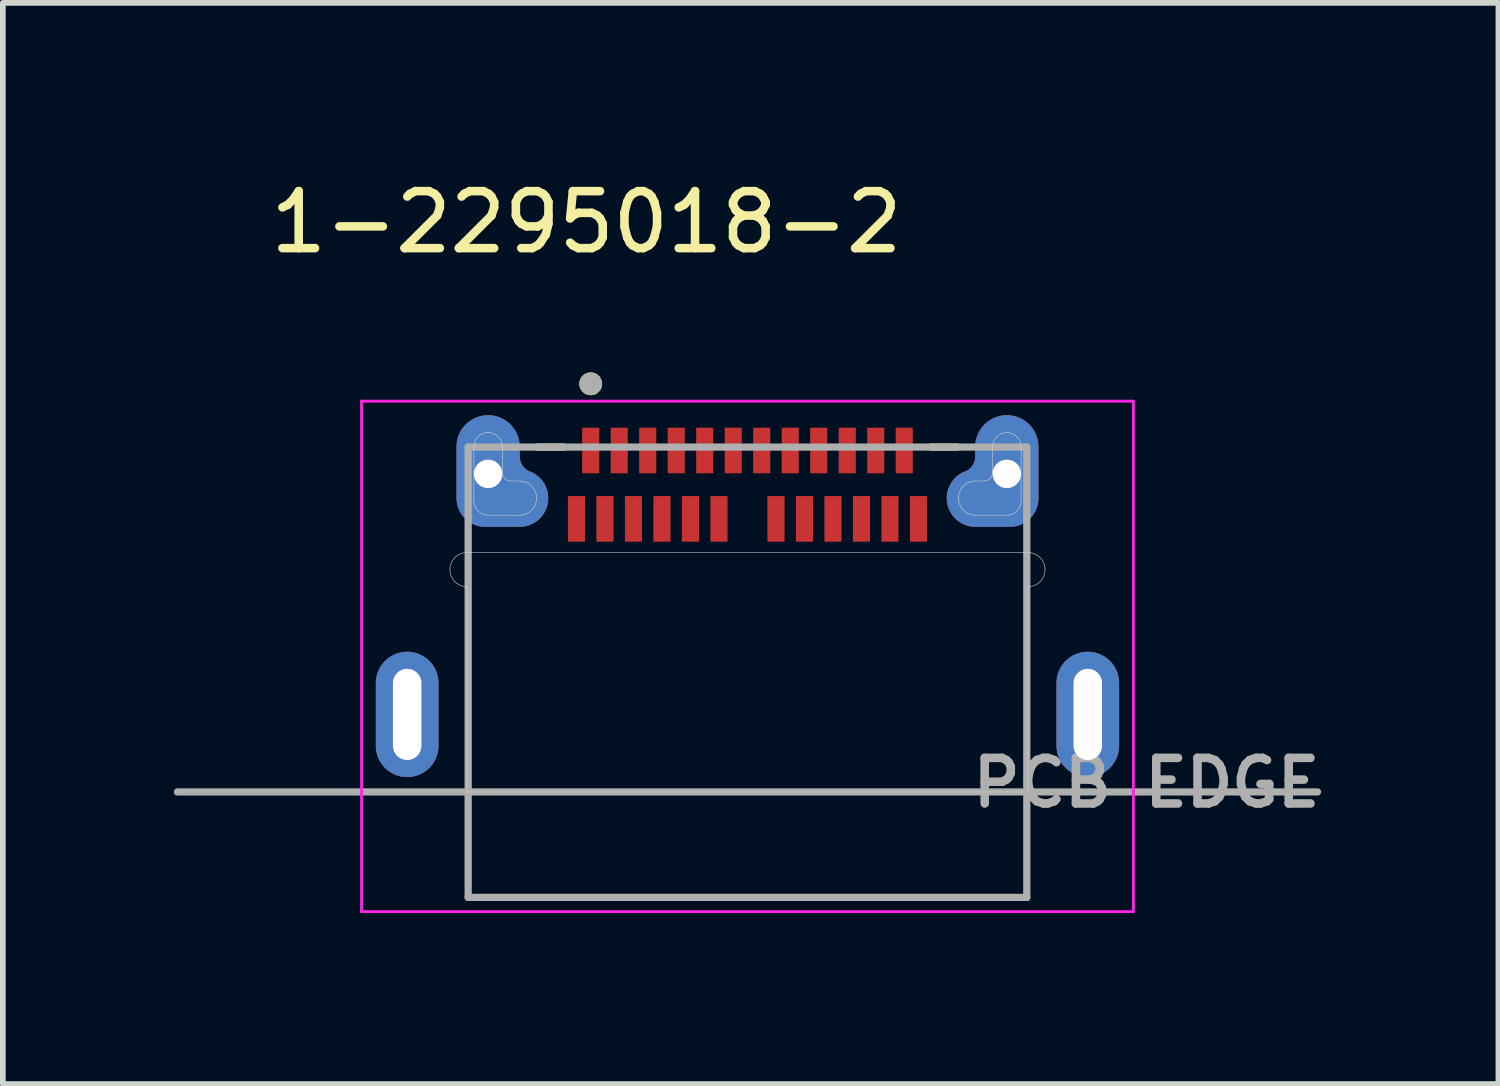
<source format=kicad_pcb>
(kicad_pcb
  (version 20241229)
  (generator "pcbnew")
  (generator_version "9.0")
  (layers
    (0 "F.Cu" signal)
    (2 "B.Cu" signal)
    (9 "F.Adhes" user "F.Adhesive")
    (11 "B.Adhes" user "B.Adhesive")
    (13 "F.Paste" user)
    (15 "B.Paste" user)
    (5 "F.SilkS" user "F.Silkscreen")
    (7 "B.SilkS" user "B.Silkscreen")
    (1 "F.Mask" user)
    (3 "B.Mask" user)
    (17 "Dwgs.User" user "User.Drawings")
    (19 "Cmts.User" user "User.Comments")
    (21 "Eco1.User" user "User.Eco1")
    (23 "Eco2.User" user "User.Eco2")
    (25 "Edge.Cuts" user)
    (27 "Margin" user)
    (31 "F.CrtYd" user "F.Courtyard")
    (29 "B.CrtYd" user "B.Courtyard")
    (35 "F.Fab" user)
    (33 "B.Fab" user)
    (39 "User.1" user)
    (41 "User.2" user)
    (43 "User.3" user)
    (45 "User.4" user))
  (footprint "1-2295018-2"
    (layer "F.Cu")
    (at 10.063 9.483)
    (property "Reference" "1-2295018-2" (at -2.825 -8.635 0) (layer "F.SilkS") (effects (font (size 1 1) (thickness 0.15))))
    (attr smd)
    (fp_poly (pts (xy -3.9 -4.57) (xy -3.9 -4.695) (xy -3.901 -4.729) (xy -3.904 -4.763) (xy -3.908 -4.797) (xy -3.914 -4.83) (xy -3.922 -4.863) (xy -3.932 -4.896) (xy -3.943 -4.928) (xy -3.956 -4.959) (xy -3.971 -4.99) (xy -3.987 -5.02) (xy -4.005 -5.049) (xy -4.024 -5.077) (xy -4.045 -5.104) (xy -4.067 -5.13) (xy -4.09 -5.155) (xy -4.115 -5.178) (xy -4.141 -5.2) (xy -4.168 -5.221) (xy -4.196 -5.24) (xy -4.225 -5.258) (xy -4.255 -5.274) (xy -4.286 -5.289) (xy -4.317 -5.302) (xy -4.349 -5.313) (xy -4.382 -5.323) (xy -4.415 -5.331) (xy -4.448 -5.337) (xy -4.482 -5.341) (xy -4.516 -5.344) (xy -4.55 -5.345) (xy -4.584 -5.344) (xy -4.618 -5.341) (xy -4.652 -5.337) (xy -4.685 -5.331) (xy -4.718 -5.323) (xy -4.751 -5.313) (xy -4.783 -5.302) (xy -4.814 -5.289) (xy -4.845 -5.274) (xy -4.875 -5.258) (xy -4.904 -5.24) (xy -4.932 -5.221) (xy -4.959 -5.2) (xy -4.985 -5.178) (xy -5.01 -5.155) (xy -5.033 -5.13) (xy -5.055 -5.104) (xy -5.076 -5.077) (xy -5.095 -5.049) (xy -5.113 -5.02) (xy -5.129 -4.99) (xy -5.144 -4.959) (xy -5.157 -4.928) (xy -5.168 -4.896) (xy -5.178 -4.863) (xy -5.186 -4.83) (xy -5.192 -4.797) (xy -5.196 -4.763) (xy -5.199 -4.729) (xy -5.2 -4.695) (xy -5.2 -3.795) (xy -5.199 -3.764) (xy -5.197 -3.732) (xy -5.193 -3.701) (xy -5.187 -3.67) (xy -5.18 -3.64) (xy -5.171 -3.61) (xy -5.16 -3.58) (xy -5.148 -3.551) (xy -5.135 -3.523) (xy -5.12 -3.495) (xy -5.103 -3.468) (xy -5.085 -3.442) (xy -5.066 -3.417) (xy -5.046 -3.394) (xy -5.024 -3.371) (xy -5.001 -3.349) (xy -4.978 -3.329) (xy -4.953 -3.31) (xy -4.927 -3.292) (xy -4.9 -3.275) (xy -4.872 -3.26) (xy -4.844 -3.247) (xy -4.815 -3.235) (xy -4.785 -3.224) (xy -4.755 -3.215) (xy -4.725 -3.208) (xy -4.694 -3.202) (xy -4.663 -3.198) (xy -4.631 -3.196) (xy -4.6 -3.195) (xy -4 -3.195) (xy -3.969 -3.196) (xy -3.937 -3.198) (xy -3.906 -3.202) (xy -3.875 -3.208) (xy -3.845 -3.215) (xy -3.815 -3.224) (xy -3.785 -3.235) (xy -3.756 -3.247) (xy -3.728 -3.26) (xy -3.7 -3.275) (xy -3.673 -3.292) (xy -3.647 -3.31) (xy -3.622 -3.329) (xy -3.599 -3.349) (xy -3.576 -3.371) (xy -3.554 -3.394) (xy -3.534 -3.417) (xy -3.515 -3.442) (xy -3.497 -3.468) (xy -3.48 -3.495) (xy -3.465 -3.523) (xy -3.452 -3.551) (xy -3.44 -3.58) (xy -3.429 -3.61) (xy -3.42 -3.64) (xy -3.413 -3.67) (xy -3.407 -3.701) (xy -3.403 -3.732) (xy -3.401 -3.764) (xy -3.4 -3.795) (xy -3.4 -3.819) (xy -3.401 -3.844) (xy -3.403 -3.869) (xy -3.407 -3.894) (xy -3.411 -3.919) (xy -3.416 -3.943) (xy -3.423 -3.968) (xy -3.43 -3.992) (xy -3.438 -4.015) (xy -3.448 -4.039) (xy -3.458 -4.062) (xy -3.469 -4.084) (xy -3.481 -4.106) (xy -3.494 -4.128) (xy -3.508 -4.148) (xy -3.523 -4.169) (xy -3.539 -4.188) (xy -3.555 -4.207) (xy -3.573 -4.226) (xy -3.591 -4.243) (xy -3.61 -4.26) (xy -3.629 -4.276) (xy -3.649 -4.291) (xy -3.67 -4.305) (xy -3.691 -4.319) (xy -3.713 -4.331) (xy -3.735 -4.343) (xy -3.758 -4.353) (xy -3.781 -4.363) (xy -3.8 -4.37) (xy -3.805 -4.373) (xy -3.812 -4.377) (xy -3.819 -4.382) (xy -3.825 -4.387) (xy -3.831 -4.392) (xy -3.837 -4.397) (xy -3.843 -4.402) (xy -3.848 -4.408) (xy -3.853 -4.414) (xy -3.859 -4.42) (xy -3.863 -4.426) (xy -3.868 -4.433) (xy -3.872 -4.44) (xy -3.876 -4.446) (xy -3.88 -4.453) (xy -3.883 -4.461) (xy -3.886 -4.468) (xy -3.889 -4.475) (xy -3.892 -4.483) (xy -3.894 -4.49) (xy -3.896 -4.498) (xy -3.898 -4.506) (xy -3.899 -4.513) (xy -3.9 -4.521) (xy -3.901 -4.529) (xy -3.902 -4.537) (xy -3.902 -4.545) (xy -3.901 -4.553) (xy -3.901 -4.561) (xy -3.9 -4.57)) (stroke (width 0.01) (type solid)) (fill yes) (layer "F.Mask"))
    (fp_poly (pts (xy 3.9 -4.57) (xy 3.9 -4.695) (xy 3.901 -4.729) (xy 3.904 -4.763) (xy 3.908 -4.797) (xy 3.914 -4.83) (xy 3.922 -4.863) (xy 3.932 -4.896) (xy 3.943 -4.928) (xy 3.956 -4.959) (xy 3.971 -4.99) (xy 3.987 -5.02) (xy 4.005 -5.049) (xy 4.024 -5.077) (xy 4.045 -5.104) (xy 4.067 -5.13) (xy 4.09 -5.155) (xy 4.115 -5.178) (xy 4.141 -5.2) (xy 4.168 -5.221) (xy 4.196 -5.24) (xy 4.225 -5.258) (xy 4.255 -5.274) (xy 4.286 -5.289) (xy 4.317 -5.302) (xy 4.349 -5.313) (xy 4.382 -5.323) (xy 4.415 -5.331) (xy 4.448 -5.337) (xy 4.482 -5.341) (xy 4.516 -5.344) (xy 4.55 -5.345) (xy 4.584 -5.344) (xy 4.618 -5.341) (xy 4.652 -5.337) (xy 4.685 -5.331) (xy 4.718 -5.323) (xy 4.751 -5.313) (xy 4.783 -5.302) (xy 4.814 -5.289) (xy 4.845 -5.274) (xy 4.875 -5.258) (xy 4.904 -5.24) (xy 4.932 -5.221) (xy 4.959 -5.2) (xy 4.985 -5.178) (xy 5.01 -5.155) (xy 5.033 -5.13) (xy 5.055 -5.104) (xy 5.076 -5.077) (xy 5.095 -5.049) (xy 5.113 -5.02) (xy 5.129 -4.99) (xy 5.144 -4.959) (xy 5.157 -4.928) (xy 5.168 -4.896) (xy 5.178 -4.863) (xy 5.186 -4.83) (xy 5.192 -4.797) (xy 5.196 -4.763) (xy 5.199 -4.729) (xy 5.2 -4.695) (xy 5.2 -3.795) (xy 5.199 -3.764) (xy 5.197 -3.732) (xy 5.193 -3.701) (xy 5.187 -3.67) (xy 5.18 -3.64) (xy 5.171 -3.61) (xy 5.16 -3.58) (xy 5.148 -3.551) (xy 5.135 -3.523) (xy 5.12 -3.495) (xy 5.103 -3.468) (xy 5.085 -3.442) (xy 5.066 -3.417) (xy 5.046 -3.394) (xy 5.024 -3.371) (xy 5.001 -3.349) (xy 4.978 -3.329) (xy 4.953 -3.31) (xy 4.927 -3.292) (xy 4.9 -3.275) (xy 4.872 -3.26) (xy 4.844 -3.247) (xy 4.815 -3.235) (xy 4.785 -3.224) (xy 4.755 -3.215) (xy 4.725 -3.208) (xy 4.694 -3.202) (xy 4.663 -3.198) (xy 4.631 -3.196) (xy 4.6 -3.195) (xy 4 -3.195) (xy 3.969 -3.196) (xy 3.937 -3.198) (xy 3.906 -3.202) (xy 3.875 -3.208) (xy 3.845 -3.215) (xy 3.815 -3.224) (xy 3.785 -3.235) (xy 3.756 -3.247) (xy 3.728 -3.26) (xy 3.7 -3.275) (xy 3.673 -3.292) (xy 3.647 -3.31) (xy 3.622 -3.329) (xy 3.599 -3.349) (xy 3.576 -3.371) (xy 3.554 -3.394) (xy 3.534 -3.417) (xy 3.515 -3.442) (xy 3.497 -3.468) (xy 3.48 -3.495) (xy 3.465 -3.523) (xy 3.452 -3.551) (xy 3.44 -3.58) (xy 3.429 -3.61) (xy 3.42 -3.64) (xy 3.413 -3.67) (xy 3.407 -3.701) (xy 3.403 -3.732) (xy 3.401 -3.764) (xy 3.4 -3.795) (xy 3.4 -3.819) (xy 3.401 -3.844) (xy 3.403 -3.869) (xy 3.407 -3.894) (xy 3.411 -3.919) (xy 3.416 -3.943) (xy 3.423 -3.968) (xy 3.43 -3.992) (xy 3.438 -4.015) (xy 3.448 -4.039) (xy 3.458 -4.062) (xy 3.469 -4.084) (xy 3.481 -4.106) (xy 3.494 -4.128) (xy 3.508 -4.148) (xy 3.523 -4.169) (xy 3.539 -4.188) (xy 3.555 -4.207) (xy 3.573 -4.226) (xy 3.591 -4.243) (xy 3.61 -4.26) (xy 3.629 -4.276) (xy 3.649 -4.291) (xy 3.67 -4.305) (xy 3.691 -4.319) (xy 3.713 -4.331) (xy 3.735 -4.343) (xy 3.758 -4.353) (xy 3.781 -4.363) (xy 3.8 -4.37) (xy 3.805 -4.373) (xy 3.812 -4.377) (xy 3.819 -4.382) (xy 3.825 -4.387) (xy 3.831 -4.392) (xy 3.837 -4.397) (xy 3.843 -4.402) (xy 3.848 -4.408) (xy 3.853 -4.414) (xy 3.859 -4.42) (xy 3.863 -4.426) (xy 3.868 -4.433) (xy 3.872 -4.44) (xy 3.876 -4.446) (xy 3.88 -4.453) (xy 3.883 -4.461) (xy 3.886 -4.468) (xy 3.889 -4.475) (xy 3.892 -4.483) (xy 3.894 -4.49) (xy 3.896 -4.498) (xy 3.898 -4.506) (xy 3.899 -4.513) (xy 3.9 -4.521) (xy 3.901 -4.529) (xy 3.902 -4.537) (xy 3.902 -4.545) (xy 3.901 -4.553) (xy 3.901 -4.561) (xy 3.9 -4.57)) (stroke (width 0.01) (type solid)) (fill yes) (layer "F.Mask"))
    (fp_poly (pts (xy -3.9 -4.57) (xy -3.9 -4.695) (xy -3.901 -4.729) (xy -3.904 -4.763) (xy -3.908 -4.797) (xy -3.914 -4.83) (xy -3.922 -4.863) (xy -3.932 -4.896) (xy -3.943 -4.928) (xy -3.956 -4.959) (xy -3.971 -4.99) (xy -3.987 -5.02) (xy -4.005 -5.049) (xy -4.024 -5.077) (xy -4.045 -5.104) (xy -4.067 -5.13) (xy -4.09 -5.155) (xy -4.115 -5.178) (xy -4.141 -5.2) (xy -4.168 -5.221) (xy -4.196 -5.24) (xy -4.225 -5.258) (xy -4.255 -5.274) (xy -4.286 -5.289) (xy -4.317 -5.302) (xy -4.349 -5.313) (xy -4.382 -5.323) (xy -4.415 -5.331) (xy -4.448 -5.337) (xy -4.482 -5.341) (xy -4.516 -5.344) (xy -4.55 -5.345) (xy -4.584 -5.344) (xy -4.618 -5.341) (xy -4.652 -5.337) (xy -4.685 -5.331) (xy -4.718 -5.323) (xy -4.751 -5.313) (xy -4.783 -5.302) (xy -4.814 -5.289) (xy -4.845 -5.274) (xy -4.875 -5.258) (xy -4.904 -5.24) (xy -4.932 -5.221) (xy -4.959 -5.2) (xy -4.985 -5.178) (xy -5.01 -5.155) (xy -5.033 -5.13) (xy -5.055 -5.104) (xy -5.076 -5.077) (xy -5.095 -5.049) (xy -5.113 -5.02) (xy -5.129 -4.99) (xy -5.144 -4.959) (xy -5.157 -4.928) (xy -5.168 -4.896) (xy -5.178 -4.863) (xy -5.186 -4.83) (xy -5.192 -4.797) (xy -5.196 -4.763) (xy -5.199 -4.729) (xy -5.2 -4.695) (xy -5.2 -3.795) (xy -5.199 -3.764) (xy -5.197 -3.732) (xy -5.193 -3.701) (xy -5.187 -3.67) (xy -5.18 -3.64) (xy -5.171 -3.61) (xy -5.16 -3.58) (xy -5.148 -3.551) (xy -5.135 -3.523) (xy -5.12 -3.495) (xy -5.103 -3.468) (xy -5.085 -3.442) (xy -5.066 -3.417) (xy -5.046 -3.394) (xy -5.024 -3.371) (xy -5.001 -3.349) (xy -4.978 -3.329) (xy -4.953 -3.31) (xy -4.927 -3.292) (xy -4.9 -3.275) (xy -4.872 -3.26) (xy -4.844 -3.247) (xy -4.815 -3.235) (xy -4.785 -3.224) (xy -4.755 -3.215) (xy -4.725 -3.208) (xy -4.694 -3.202) (xy -4.663 -3.198) (xy -4.631 -3.196) (xy -4.6 -3.195) (xy -4 -3.195) (xy -3.969 -3.196) (xy -3.937 -3.198) (xy -3.906 -3.202) (xy -3.875 -3.208) (xy -3.845 -3.215) (xy -3.815 -3.224) (xy -3.785 -3.235) (xy -3.756 -3.247) (xy -3.728 -3.26) (xy -3.7 -3.275) (xy -3.673 -3.292) (xy -3.647 -3.31) (xy -3.622 -3.329) (xy -3.599 -3.349) (xy -3.576 -3.371) (xy -3.554 -3.394) (xy -3.534 -3.417) (xy -3.515 -3.442) (xy -3.497 -3.468) (xy -3.48 -3.495) (xy -3.465 -3.523) (xy -3.452 -3.551) (xy -3.44 -3.58) (xy -3.429 -3.61) (xy -3.42 -3.64) (xy -3.413 -3.67) (xy -3.407 -3.701) (xy -3.403 -3.732) (xy -3.401 -3.764) (xy -3.4 -3.795) (xy -3.4 -3.819) (xy -3.401 -3.844) (xy -3.403 -3.869) (xy -3.407 -3.894) (xy -3.411 -3.919) (xy -3.416 -3.943) (xy -3.423 -3.968) (xy -3.43 -3.992) (xy -3.438 -4.015) (xy -3.448 -4.039) (xy -3.458 -4.062) (xy -3.469 -4.084) (xy -3.481 -4.106) (xy -3.494 -4.128) (xy -3.508 -4.148) (xy -3.523 -4.169) (xy -3.539 -4.188) (xy -3.555 -4.207) (xy -3.573 -4.226) (xy -3.591 -4.243) (xy -3.61 -4.26) (xy -3.629 -4.276) (xy -3.649 -4.291) (xy -3.67 -4.305) (xy -3.691 -4.319) (xy -3.713 -4.331) (xy -3.735 -4.343) (xy -3.758 -4.353) (xy -3.781 -4.363) (xy -3.8 -4.37) (xy -3.805 -4.373) (xy -3.812 -4.377) (xy -3.819 -4.382) (xy -3.825 -4.387) (xy -3.831 -4.392) (xy -3.837 -4.397) (xy -3.843 -4.402) (xy -3.848 -4.408) (xy -3.853 -4.414) (xy -3.859 -4.42) (xy -3.863 -4.426) (xy -3.868 -4.433) (xy -3.872 -4.44) (xy -3.876 -4.446) (xy -3.88 -4.453) (xy -3.883 -4.461) (xy -3.886 -4.468) (xy -3.889 -4.475) (xy -3.892 -4.483) (xy -3.894 -4.49) (xy -3.896 -4.498) (xy -3.898 -4.506) (xy -3.899 -4.513) (xy -3.9 -4.521) (xy -3.901 -4.529) (xy -3.902 -4.537) (xy -3.902 -4.545) (xy -3.901 -4.553) (xy -3.901 -4.561) (xy -3.9 -4.57)) (stroke (width 0.01) (type solid)) (fill yes) (layer "B.Mask"))
    (fp_poly (pts (xy 3.9 -4.57) (xy 3.9 -4.695) (xy 3.901 -4.729) (xy 3.904 -4.763) (xy 3.908 -4.797) (xy 3.914 -4.83) (xy 3.922 -4.863) (xy 3.932 -4.896) (xy 3.943 -4.928) (xy 3.956 -4.959) (xy 3.971 -4.99) (xy 3.987 -5.02) (xy 4.005 -5.049) (xy 4.024 -5.077) (xy 4.045 -5.104) (xy 4.067 -5.13) (xy 4.09 -5.155) (xy 4.115 -5.178) (xy 4.141 -5.2) (xy 4.168 -5.221) (xy 4.196 -5.24) (xy 4.225 -5.258) (xy 4.255 -5.274) (xy 4.286 -5.289) (xy 4.317 -5.302) (xy 4.349 -5.313) (xy 4.382 -5.323) (xy 4.415 -5.331) (xy 4.448 -5.337) (xy 4.482 -5.341) (xy 4.516 -5.344) (xy 4.55 -5.345) (xy 4.584 -5.344) (xy 4.618 -5.341) (xy 4.652 -5.337) (xy 4.685 -5.331) (xy 4.718 -5.323) (xy 4.751 -5.313) (xy 4.783 -5.302) (xy 4.814 -5.289) (xy 4.845 -5.274) (xy 4.875 -5.258) (xy 4.904 -5.24) (xy 4.932 -5.221) (xy 4.959 -5.2) (xy 4.985 -5.178) (xy 5.01 -5.155) (xy 5.033 -5.13) (xy 5.055 -5.104) (xy 5.076 -5.077) (xy 5.095 -5.049) (xy 5.113 -5.02) (xy 5.129 -4.99) (xy 5.144 -4.959) (xy 5.157 -4.928) (xy 5.168 -4.896) (xy 5.178 -4.863) (xy 5.186 -4.83) (xy 5.192 -4.797) (xy 5.196 -4.763) (xy 5.199 -4.729) (xy 5.2 -4.695) (xy 5.2 -3.795) (xy 5.199 -3.764) (xy 5.197 -3.732) (xy 5.193 -3.701) (xy 5.187 -3.67) (xy 5.18 -3.64) (xy 5.171 -3.61) (xy 5.16 -3.58) (xy 5.148 -3.551) (xy 5.135 -3.523) (xy 5.12 -3.495) (xy 5.103 -3.468) (xy 5.085 -3.442) (xy 5.066 -3.417) (xy 5.046 -3.394) (xy 5.024 -3.371) (xy 5.001 -3.349) (xy 4.978 -3.329) (xy 4.953 -3.31) (xy 4.927 -3.292) (xy 4.9 -3.275) (xy 4.872 -3.26) (xy 4.844 -3.247) (xy 4.815 -3.235) (xy 4.785 -3.224) (xy 4.755 -3.215) (xy 4.725 -3.208) (xy 4.694 -3.202) (xy 4.663 -3.198) (xy 4.631 -3.196) (xy 4.6 -3.195) (xy 4 -3.195) (xy 3.969 -3.196) (xy 3.937 -3.198) (xy 3.906 -3.202) (xy 3.875 -3.208) (xy 3.845 -3.215) (xy 3.815 -3.224) (xy 3.785 -3.235) (xy 3.756 -3.247) (xy 3.728 -3.26) (xy 3.7 -3.275) (xy 3.673 -3.292) (xy 3.647 -3.31) (xy 3.622 -3.329) (xy 3.599 -3.349) (xy 3.576 -3.371) (xy 3.554 -3.394) (xy 3.534 -3.417) (xy 3.515 -3.442) (xy 3.497 -3.468) (xy 3.48 -3.495) (xy 3.465 -3.523) (xy 3.452 -3.551) (xy 3.44 -3.58) (xy 3.429 -3.61) (xy 3.42 -3.64) (xy 3.413 -3.67) (xy 3.407 -3.701) (xy 3.403 -3.732) (xy 3.401 -3.764) (xy 3.4 -3.795) (xy 3.4 -3.819) (xy 3.401 -3.844) (xy 3.403 -3.869) (xy 3.407 -3.894) (xy 3.411 -3.919) (xy 3.416 -3.943) (xy 3.423 -3.968) (xy 3.43 -3.992) (xy 3.438 -4.015) (xy 3.448 -4.039) (xy 3.458 -4.062) (xy 3.469 -4.084) (xy 3.481 -4.106) (xy 3.494 -4.128) (xy 3.508 -4.148) (xy 3.523 -4.169) (xy 3.539 -4.188) (xy 3.555 -4.207) (xy 3.573 -4.226) (xy 3.591 -4.243) (xy 3.61 -4.26) (xy 3.629 -4.276) (xy 3.649 -4.291) (xy 3.67 -4.305) (xy 3.691 -4.319) (xy 3.713 -4.331) (xy 3.735 -4.343) (xy 3.758 -4.353) (xy 3.781 -4.363) (xy 3.8 -4.37) (xy 3.805 -4.373) (xy 3.812 -4.377) (xy 3.819 -4.382) (xy 3.825 -4.387) (xy 3.831 -4.392) (xy 3.837 -4.397) (xy 3.843 -4.402) (xy 3.848 -4.408) (xy 3.853 -4.414) (xy 3.859 -4.42) (xy 3.863 -4.426) (xy 3.868 -4.433) (xy 3.872 -4.44) (xy 3.876 -4.446) (xy 3.88 -4.453) (xy 3.883 -4.461) (xy 3.886 -4.468) (xy 3.889 -4.475) (xy 3.892 -4.483) (xy 3.894 -4.49) (xy 3.896 -4.498) (xy 3.898 -4.506) (xy 3.899 -4.513) (xy 3.9 -4.521) (xy 3.901 -4.529) (xy 3.902 -4.537) (xy 3.902 -4.545) (xy 3.901 -4.553) (xy 3.901 -4.561) (xy 3.9 -4.57)) (stroke (width 0.01) (type solid)) (fill yes) (layer "B.Mask"))
    (fp_line (start -3.68 -4.69) (end -3.22 -4.69) (stroke (width 0.127) (type solid)) (layer "F.SilkS"))
    (fp_line (start 3.22 -4.69) (end 3.68 -4.69) (stroke (width 0.127) (type solid)) (layer "F.SilkS"))
    (fp_circle (center -2.75 -5.8) (end -2.65 -5.8) (stroke (width 0.2) (type solid)) (fill no) (layer "F.SilkS"))
    (fp_line (start -4.92 -2.24) (end -4.92 1.36) (stroke (width 0.01) (type solid)) (layer "Edge.Cuts"))
    (fp_line (start -4.92 1.36) (end 4.92 1.36) (stroke (width 0.01) (type solid)) (layer "Edge.Cuts"))
    (fp_line (start -4.8 -3.745) (end -4.8 -4.695) (stroke (width 0.01) (type solid)) (layer "Edge.Cuts"))
    (fp_line (start -4.3 -4.695) (end -4.3 -4.245) (stroke (width 0.01) (type solid)) (layer "Edge.Cuts"))
    (fp_line (start -4.15 -4.095) (end -4 -4.095) (stroke (width 0.01) (type solid)) (layer "Edge.Cuts"))
    (fp_line (start -4 -3.495) (end -4.55 -3.495) (stroke (width 0.01) (type solid)) (layer "Edge.Cuts"))
    (fp_line (start 4 -3.495) (end 4.55 -3.495) (stroke (width 0.01) (type solid)) (layer "Edge.Cuts"))
    (fp_line (start 4.15 -4.095) (end 4 -4.095) (stroke (width 0.01) (type solid)) (layer "Edge.Cuts"))
    (fp_line (start 4.3 -4.695) (end 4.3 -4.245) (stroke (width 0.01) (type solid)) (layer "Edge.Cuts"))
    (fp_line (start 4.8 -3.745) (end 4.8 -4.695) (stroke (width 0.01) (type solid)) (layer "Edge.Cuts"))
    (fp_line (start 4.92 -2.84) (end -4.92 -2.84) (stroke (width 0.01) (type solid)) (layer "Edge.Cuts"))
    (fp_line (start 4.92 1.36) (end 4.92 -2.24) (stroke (width 0.01) (type solid)) (layer "Edge.Cuts"))
    (fp_arc (start -5.22 -2.54) (mid -5.132132 -2.752132) (end -4.92 -2.84) (stroke (width 0.01) (type solid)) (layer "Edge.Cuts"))
    (fp_arc (start -4.92 -2.24) (mid -5.132132 -2.327868) (end -5.22 -2.54) (stroke (width 0.01) (type solid)) (layer "Edge.Cuts"))
    (fp_arc (start -4.8 -4.695) (mid -4.726777 -4.871777) (end -4.55 -4.945) (stroke (width 0.01) (type solid)) (layer "Edge.Cuts"))
    (fp_arc (start -4.55 -4.945) (mid -4.373223 -4.871777) (end -4.3 -4.695) (stroke (width 0.01) (type solid)) (layer "Edge.Cuts"))
    (fp_arc (start -4.55 -3.495) (mid -4.726777 -3.568223) (end -4.8 -3.745) (stroke (width 0.01) (type solid)) (layer "Edge.Cuts"))
    (fp_arc (start -4.15 -4.095) (mid -4.256066 -4.138934) (end -4.3 -4.245) (stroke (width 0.01) (type solid)) (layer "Edge.Cuts"))
    (fp_arc (start -4 -4.095) (mid -3.787868 -4.007132) (end -3.7 -3.795) (stroke (width 0.01) (type solid)) (layer "Edge.Cuts"))
    (fp_arc (start -3.7 -3.795) (mid -3.787868 -3.582868) (end -4 -3.495) (stroke (width 0.01) (type solid)) (layer "Edge.Cuts"))
    (fp_arc (start 3.7 -3.795) (mid 3.787868 -4.007132) (end 4 -4.095) (stroke (width 0.01) (type solid)) (layer "Edge.Cuts"))
    (fp_arc (start 4 -3.495) (mid 3.787868 -3.582868) (end 3.7 -3.795) (stroke (width 0.01) (type solid)) (layer "Edge.Cuts"))
    (fp_arc (start 4.3 -4.695) (mid 4.373223 -4.871777) (end 4.55 -4.945) (stroke (width 0.01) (type solid)) (layer "Edge.Cuts"))
    (fp_arc (start 4.3 -4.245) (mid 4.256066 -4.138934) (end 4.15 -4.095) (stroke (width 0.01) (type solid)) (layer "Edge.Cuts"))
    (fp_arc (start 4.55 -4.945) (mid 4.726777 -4.871777) (end 4.8 -4.695) (stroke (width 0.01) (type solid)) (layer "Edge.Cuts"))
    (fp_arc (start 4.8 -3.745) (mid 4.726777 -3.568223) (end 4.55 -3.495) (stroke (width 0.01) (type solid)) (layer "Edge.Cuts"))
    (fp_arc (start 4.92 -2.84) (mid 5.132132 -2.752132) (end 5.22 -2.54) (stroke (width 0.01) (type solid)) (layer "Edge.Cuts"))
    (fp_arc (start 5.22 -2.54) (mid 5.132132 -2.327868) (end 4.92 -2.24) (stroke (width 0.01) (type solid)) (layer "Edge.Cuts"))
    (fp_line (start -6.77 -5.495) (end 6.77 -5.495) (stroke (width 0.05) (type solid)) (layer "F.CrtYd"))
    (fp_line (start -6.77 3.46) (end -6.77 -5.495) (stroke (width 0.05) (type solid)) (layer "F.CrtYd"))
    (fp_line (start 6.77 -5.495) (end 6.77 3.46) (stroke (width 0.05) (type solid)) (layer "F.CrtYd"))
    (fp_line (start 6.77 3.46) (end -6.77 3.46) (stroke (width 0.05) (type solid)) (layer "F.CrtYd"))
    (fp_line (start -4.9 -4.69) (end 4.9 -4.69) (stroke (width 0.127) (type solid)) (layer "F.Fab"))
    (fp_line (start -4.9 3.21) (end -4.9 -4.69) (stroke (width 0.127) (type solid)) (layer "F.Fab"))
    (fp_line (start 4.9 -4.69) (end 4.9 3.21) (stroke (width 0.127) (type solid)) (layer "F.Fab"))
    (fp_line (start 4.9 3.21) (end -4.9 3.21) (stroke (width 0.127) (type solid)) (layer "F.Fab"))
    (fp_line (start 10 1.36) (end -10 1.36) (stroke (width 0.127) (type solid)) (layer "F.Fab"))
    (fp_circle (center -2.75 -5.8) (end -2.65 -5.8) (stroke (width 0.2) (type solid)) (fill no) (layer "F.Fab"))
    (fp_text user "PCB EDGE" (at 7 1.2 0) (layer "F.Fab") (effects (font (size 0.8 0.8) (thickness 0.15))))
    (pad "A1" smd rect (at -2.75 -4.63) (size 0.3 0.8) (layers "F.Cu" "F.Mask" "F.Paste"))
    (pad "A2" smd rect (at -2.25 -4.63) (size 0.3 0.8) (layers "F.Cu" "F.Mask" "F.Paste"))
    (pad "A3" smd rect (at -1.75 -4.63) (size 0.3 0.8) (layers "F.Cu" "F.Mask" "F.Paste"))
    (pad "A4" smd rect (at -1.25 -4.63) (size 0.3 0.8) (layers "F.Cu" "F.Mask" "F.Paste"))
    (pad "A5" smd rect (at -0.75 -4.63) (size 0.3 0.8) (layers "F.Cu" "F.Mask" "F.Paste"))
    (pad "A6" smd rect (at -0.25 -4.63) (size 0.3 0.8) (layers "F.Cu" "F.Mask" "F.Paste"))
    (pad "A7" smd rect (at 0.25 -4.63) (size 0.3 0.8) (layers "F.Cu" "F.Mask" "F.Paste"))
    (pad "A8" smd rect (at 0.75 -4.63) (size 0.3 0.8) (layers "F.Cu" "F.Mask" "F.Paste"))
    (pad "A9" smd rect (at 1.25 -4.63) (size 0.3 0.8) (layers "F.Cu" "F.Mask" "F.Paste"))
    (pad "A10" smd rect (at 1.75 -4.63) (size 0.3 0.8) (layers "F.Cu" "F.Mask" "F.Paste"))
    (pad "A11" smd rect (at 2.25 -4.63) (size 0.3 0.8) (layers "F.Cu" "F.Mask" "F.Paste"))
    (pad "A12" smd rect (at 2.75 -4.63) (size 0.3 0.8) (layers "F.Cu" "F.Mask" "F.Paste"))
    (pad "B1" smd rect (at 3 -3.43) (size 0.3 0.8) (layers "F.Cu" "F.Mask" "F.Paste"))
    (pad "B2" smd rect (at 2.5 -3.43) (size 0.3 0.8) (layers "F.Cu" "F.Mask" "F.Paste"))
    (pad "B3" smd rect (at 2 -3.43) (size 0.3 0.8) (layers "F.Cu" "F.Mask" "F.Paste"))
    (pad "B4" smd rect (at 1.5 -3.43) (size 0.3 0.8) (layers "F.Cu" "F.Mask" "F.Paste"))
    (pad "B5" smd rect (at 1 -3.43) (size 0.3 0.8) (layers "F.Cu" "F.Mask" "F.Paste"))
    (pad "B6" smd rect (at 0.5 -3.43) (size 0.3 0.8) (layers "F.Cu" "F.Mask" "F.Paste"))
    (pad "B7" smd rect (at -0.5 -3.43) (size 0.3 0.8) (layers "F.Cu" "F.Mask" "F.Paste"))
    (pad "B8" smd rect (at -1 -3.43) (size 0.3 0.8) (layers "F.Cu" "F.Mask" "F.Paste"))
    (pad "B9" smd rect (at -1.5 -3.43) (size 0.3 0.8) (layers "F.Cu" "F.Mask" "F.Paste"))
    (pad "B10" smd rect (at -2 -3.43) (size 0.3 0.8) (layers "F.Cu" "F.Mask" "F.Paste"))
    (pad "B11" smd rect (at -2.5 -3.43) (size 0.3 0.8) (layers "F.Cu" "F.Mask" "F.Paste"))
    (pad "B12" smd rect (at -3 -3.43) (size 0.3 0.8) (layers "F.Cu" "F.Mask" "F.Paste"))
    (pad "S1" thru_hole oval (at -5.97 0) (size 1.1 2.2) (drill oval 0.5 1.6) (layers "*.Cu" "*.Mask"))
    (pad "S2" thru_hole oval (at 5.97 0) (size 1.1 2.2) (drill oval 0.5 1.6) (layers "*.Cu" "*.Mask"))
    (pad "S3" thru_hole custom (at -4.55 -4.22) (size 1.1 1.1) (drill 0.5) (layers "*.Cu") (options (anchor circle)) (primitives (gr_poly (pts (xy 0.55 -0.3) (xy 0.55 -0.475) (xy 0.549 -0.504) (xy 0.547 -0.532) (xy 0.543 -0.561) (xy 0.538 -0.589) (xy 0.531 -0.617) (xy 0.523 -0.645) (xy 0.513 -0.672) (xy 0.502 -0.699) (xy 0.49 -0.725) (xy 0.476 -0.75) (xy 0.461 -0.775) (xy 0.445 -0.798) (xy 0.427 -0.821) (xy 0.409 -0.843) (xy 0.389 -0.864) (xy 0.368 -0.884) (xy 0.346 -0.902) (xy 0.323 -0.92) (xy 0.3 -0.936) (xy 0.275 -0.951) (xy 0.25 -0.965) (xy 0.224 -0.977) (xy 0.197 -0.988) (xy 0.17 -0.998) (xy 0.142 -1.006) (xy 0.114 -1.013) (xy 0.086 -1.018) (xy 0.057 -1.022) (xy 0.029 -1.024) (xy 0 -1.025) (xy -0.029 -1.024) (xy -0.057 -1.022) (xy -0.086 -1.018) (xy -0.114 -1.013) (xy -0.142 -1.006) (xy -0.17 -0.998) (xy -0.197 -0.988) (xy -0.224 -0.977) (xy -0.25 -0.965) (xy -0.275 -0.951) (xy -0.3 -0.936) (xy -0.323 -0.92) (xy -0.346 -0.902) (xy -0.368 -0.884) (xy -0.389 -0.864) (xy -0.409 -0.843) (xy -0.427 -0.821) (xy -0.445 -0.798) (xy -0.461 -0.775) (xy -0.476 -0.75) (xy -0.49 -0.725) (xy -0.502 -0.699) (xy -0.513 -0.672) (xy -0.523 -0.645) (xy -0.531 -0.617) (xy -0.538 -0.589) (xy -0.543 -0.561) (xy -0.547 -0.532) (xy -0.549 -0.504) (xy -0.55 -0.475) (xy -0.55 0.425) (xy -0.549 0.451) (xy -0.547 0.477) (xy -0.544 0.503) (xy -0.539 0.529) (xy -0.533 0.554) (xy -0.526 0.58) (xy -0.517 0.604) (xy -0.507 0.628) (xy -0.496 0.652) (xy -0.483 0.675) (xy -0.469 0.697) (xy -0.455 0.719) (xy -0.439 0.74) (xy -0.422 0.76) (xy -0.404 0.779) (xy -0.385 0.797) (xy -0.365 0.814) (xy -0.344 0.83) (xy -0.322 0.844) (xy -0.3 0.858) (xy -0.277 0.871) (xy -0.253 0.882) (xy -0.229 0.892) (xy -0.205 0.901) (xy -0.179 0.908) (xy -0.154 0.914) (xy -0.128 0.919) (xy -0.102 0.922) (xy -0.076 0.924) (xy -0.05 0.925) (xy 0.55 0.925) (xy 0.576 0.924) (xy 0.602 0.922) (xy 0.628 0.919) (xy 0.654 0.914) (xy 0.679 0.908) (xy 0.705 0.901) (xy 0.729 0.892) (xy 0.753 0.882) (xy 0.777 0.871) (xy 0.8 0.858) (xy 0.822 0.844) (xy 0.844 0.83) (xy 0.865 0.814) (xy 0.885 0.797) (xy 0.904 0.779) (xy 0.922 0.76) (xy 0.939 0.74) (xy 0.955 0.719) (xy 0.969 0.697) (xy 0.983 0.675) (xy 0.996 0.652) (xy 1.007 0.628) (xy 1.017 0.604) (xy 1.026 0.58) (xy 1.033 0.554) (xy 1.039 0.529) (xy 1.044 0.503) (xy 1.047 0.477) (xy 1.049 0.451) (xy 1.05 0.425) (xy 1.05 0.406) (xy 1.048 0.385) (xy 1.046 0.364) (xy 1.043 0.342) (xy 1.039 0.322) (xy 1.034 0.301) (xy 1.028 0.281) (xy 1.021 0.26) (xy 1.014 0.241) (xy 1.006 0.221) (xy 0.996 0.202) (xy 0.986 0.183) (xy 0.976 0.165) (xy 0.964 0.147) (xy 0.952 0.13) (xy 0.939 0.113) (xy 0.925 0.097) (xy 0.911 0.081) (xy 0.896 0.066) (xy 0.88 0.052) (xy 0.864 0.038) (xy 0.847 0.025) (xy 0.83 0.013) (xy 0.812 0.001) (xy 0.794 -0.01) (xy 0.775 -0.02) (xy 0.756 -0.029) (xy 0.736 -0.037) (xy 0.716 -0.045) (xy 0.7 -0.05) (xy 0.691 -0.055) (xy 0.683 -0.061) (xy 0.675 -0.066) (xy 0.666 -0.073) (xy 0.659 -0.079) (xy 0.651 -0.085) (xy 0.643 -0.092) (xy 0.636 -0.099) (xy 0.629 -0.107) (xy 0.622 -0.114) (xy 0.616 -0.122) (xy 0.61 -0.13) (xy 0.604 -0.138) (xy 0.598 -0.147) (xy 0.593 -0.155) (xy 0.588 -0.164) (xy 0.583 -0.173) (xy 0.578 -0.182) (xy 0.574 -0.192) (xy 0.57 -0.201) (xy 0.567 -0.21) (xy 0.564 -0.22) (xy 0.561 -0.23) (xy 0.558 -0.24) (xy 0.556 -0.25) (xy 0.554 -0.259) (xy 0.553 -0.269) (xy 0.551 -0.28) (xy 0.551 -0.29) (xy 0.55 -0.3)) (width 0.01) (fill yes))))
    (pad "S4" thru_hole custom (at 4.55 -4.22) (size 1.1 1.1) (drill 0.5) (layers "*.Cu") (options (anchor circle)) (primitives (gr_poly (pts (xy -0.55 -0.3) (xy -0.55 -0.475) (xy -0.549 -0.504) (xy -0.547 -0.532) (xy -0.543 -0.561) (xy -0.538 -0.589) (xy -0.531 -0.617) (xy -0.523 -0.645) (xy -0.513 -0.672) (xy -0.502 -0.699) (xy -0.49 -0.725) (xy -0.476 -0.75) (xy -0.461 -0.775) (xy -0.445 -0.798) (xy -0.427 -0.821) (xy -0.409 -0.843) (xy -0.389 -0.864) (xy -0.368 -0.884) (xy -0.346 -0.902) (xy -0.323 -0.92) (xy -0.3 -0.936) (xy -0.275 -0.951) (xy -0.25 -0.965) (xy -0.224 -0.977) (xy -0.197 -0.988) (xy -0.17 -0.998) (xy -0.142 -1.006) (xy -0.114 -1.013) (xy -0.086 -1.018) (xy -0.057 -1.022) (xy -0.029 -1.024) (xy 0 -1.025) (xy 0.029 -1.024) (xy 0.057 -1.022) (xy 0.086 -1.018) (xy 0.114 -1.013) (xy 0.142 -1.006) (xy 0.17 -0.998) (xy 0.197 -0.988) (xy 0.224 -0.977) (xy 0.25 -0.965) (xy 0.275 -0.951) (xy 0.3 -0.936) (xy 0.323 -0.92) (xy 0.346 -0.902) (xy 0.368 -0.884) (xy 0.389 -0.864) (xy 0.409 -0.843) (xy 0.427 -0.821) (xy 0.445 -0.798) (xy 0.461 -0.775) (xy 0.476 -0.75) (xy 0.49 -0.725) (xy 0.502 -0.699) (xy 0.513 -0.672) (xy 0.523 -0.645) (xy 0.531 -0.617) (xy 0.538 -0.589) (xy 0.543 -0.561) (xy 0.547 -0.532) (xy 0.549 -0.504) (xy 0.55 -0.475) (xy 0.55 0.425) (xy 0.549 0.451) (xy 0.547 0.477) (xy 0.544 0.503) (xy 0.539 0.529) (xy 0.533 0.554) (xy 0.526 0.58) (xy 0.517 0.604) (xy 0.507 0.628) (xy 0.496 0.652) (xy 0.483 0.675) (xy 0.469 0.697) (xy 0.455 0.719) (xy 0.439 0.74) (xy 0.422 0.76) (xy 0.404 0.779) (xy 0.385 0.797) (xy 0.365 0.814) (xy 0.344 0.83) (xy 0.322 0.844) (xy 0.3 0.858) (xy 0.277 0.871) (xy 0.253 0.882) (xy 0.229 0.892) (xy 0.205 0.901) (xy 0.179 0.908) (xy 0.154 0.914) (xy 0.128 0.919) (xy 0.102 0.922) (xy 0.076 0.924) (xy 0.05 0.925) (xy -0.55 0.925) (xy -0.576 0.924) (xy -0.602 0.922) (xy -0.628 0.919) (xy -0.654 0.914) (xy -0.679 0.908) (xy -0.705 0.901) (xy -0.729 0.892) (xy -0.753 0.882) (xy -0.777 0.871) (xy -0.8 0.858) (xy -0.822 0.844) (xy -0.844 0.83) (xy -0.865 0.814) (xy -0.885 0.797) (xy -0.904 0.779) (xy -0.922 0.76) (xy -0.939 0.74) (xy -0.955 0.719) (xy -0.969 0.697) (xy -0.983 0.675) (xy -0.996 0.652) (xy -1.007 0.628) (xy -1.017 0.604) (xy -1.026 0.58) (xy -1.033 0.554) (xy -1.039 0.529) (xy -1.044 0.503) (xy -1.047 0.477) (xy -1.049 0.451) (xy -1.05 0.425) (xy -1.05 0.406) (xy -1.048 0.385) (xy -1.046 0.364) (xy -1.043 0.342) (xy -1.039 0.322) (xy -1.034 0.301) (xy -1.028 0.281) (xy -1.021 0.26) (xy -1.014 0.241) (xy -1.006 0.221) (xy -0.996 0.202) (xy -0.986 0.183) (xy -0.976 0.165) (xy -0.964 0.147) (xy -0.952 0.13) (xy -0.939 0.113) (xy -0.925 0.097) (xy -0.911 0.081) (xy -0.896 0.066) (xy -0.88 0.052) (xy -0.864 0.038) (xy -0.847 0.025) (xy -0.83 0.013) (xy -0.812 0.001) (xy -0.794 -0.01) (xy -0.775 -0.02) (xy -0.756 -0.029) (xy -0.736 -0.037) (xy -0.716 -0.045) (xy -0.7 -0.05) (xy -0.691 -0.055) (xy -0.683 -0.061) (xy -0.675 -0.066) (xy -0.666 -0.073) (xy -0.659 -0.079) (xy -0.651 -0.085) (xy -0.643 -0.092) (xy -0.636 -0.099) (xy -0.629 -0.107) (xy -0.622 -0.114) (xy -0.616 -0.122) (xy -0.61 -0.13) (xy -0.604 -0.138) (xy -0.598 -0.147) (xy -0.593 -0.155) (xy -0.588 -0.164) (xy -0.583 -0.173) (xy -0.578 -0.182) (xy -0.574 -0.192) (xy -0.57 -0.201) (xy -0.567 -0.21) (xy -0.564 -0.22) (xy -0.561 -0.23) (xy -0.558 -0.24) (xy -0.556 -0.25) (xy -0.554 -0.259) (xy -0.553 -0.269) (xy -0.551 -0.28) (xy -0.551 -0.29) (xy -0.55 -0.3)) (width 0.01) (fill yes)))))
  (gr_rect
    (start -3 -3)
    (end 23.237 15.968)
    (stroke (width 0.1) (type default))
    (fill no)
    (layer "Edge.Cuts")))
</source>
